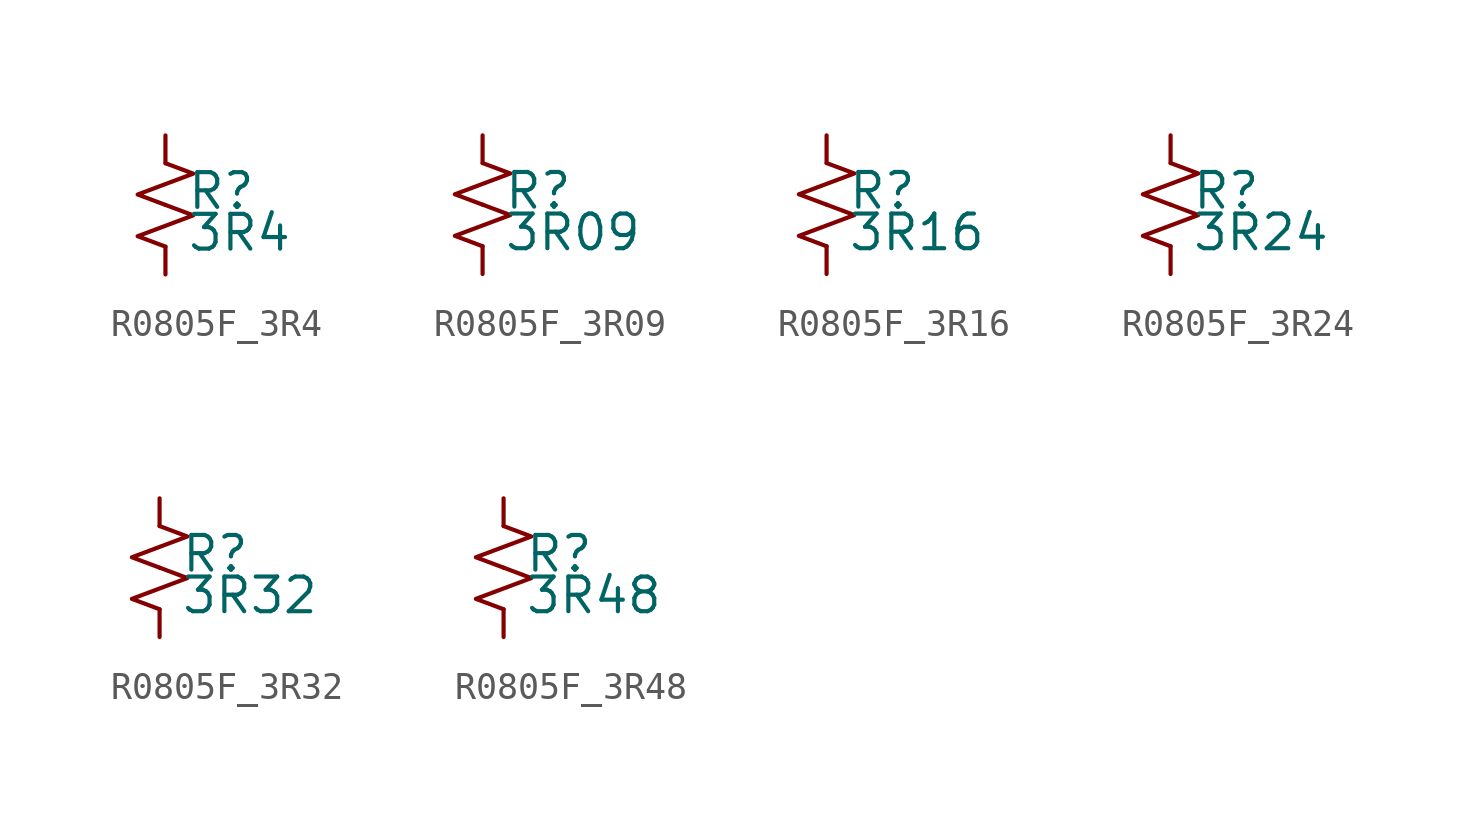
<source format=kicad_sym>
(kicad_symbol_lib
  (version 20220914)
  (generator kicad_symbol_editor)
  (symbol "R0805F_3R4"
    (pin_numbers hide)
    (pin_names
      (offset 0.254) hide)
    (property "Reference" "R"
      (at 0.762 0.508 0)
      (effects (font (size 1.27 1.27)) (justify left)))
    (property "Value" "3R4"
      (at 0.762 -1.016 0)
      (effects (font (size 1.27 1.27)) (justify left)))
    (symbol "R0805F_3R4_1_1"
      (polyline (pts (xy 0 0) (xy 1.016 -0.381) (xy 0 -0.762) (xy -1.016 -1.143) (xy 0 -1.524)) (stroke (width 0) (type default)) (fill (type none)))
      (polyline (pts (xy 0 1.524) (xy 1.016 1.143) (xy 0 0.762) (xy -1.016 0.381) (xy 0 0)) (stroke (width 0) (type default)) (fill (type none)))
      (pin passive line (at 0 2.54 270) (length 1.016) (name "~" (effects (font (size 1.27 1.27)))) (number "1" (effects (font (size 1.27 1.27)))))
      (pin passive line (at 0 -2.54 90) (length 1.016) (name "~" (effects (font (size 1.27 1.27)))) (number "2" (effects (font (size 1.27 1.27)))))))
  (symbol "R0805F_3R09"
    (pin_numbers hide)
    (pin_names
      (offset 0.254) hide)
    (property "Reference" "R"
      (at 0.762 0.508 0)
      (effects (font (size 1.27 1.27)) (justify left)))
    (property "Value" "3R09"
      (at 0.762 -1.016 0)
      (effects (font (size 1.27 1.27)) (justify left)))
    (symbol "R0805F_3R09_1_1"
      (polyline (pts (xy 0 0) (xy 1.016 -0.381) (xy 0 -0.762) (xy -1.016 -1.143) (xy 0 -1.524)) (stroke (width 0) (type default)) (fill (type none)))
      (polyline (pts (xy 0 1.524) (xy 1.016 1.143) (xy 0 0.762) (xy -1.016 0.381) (xy 0 0)) (stroke (width 0) (type default)) (fill (type none)))
      (pin passive line (at 0 2.54 270) (length 1.016) (name "~" (effects (font (size 1.27 1.27)))) (number "1" (effects (font (size 1.27 1.27)))))
      (pin passive line (at 0 -2.54 90) (length 1.016) (name "~" (effects (font (size 1.27 1.27)))) (number "2" (effects (font (size 1.27 1.27)))))))
  (symbol "R0805F_3R16"
    (pin_numbers hide)
    (pin_names
      (offset 0.254) hide)
    (property "Reference" "R"
      (at 0.762 0.508 0)
      (effects (font (size 1.27 1.27)) (justify left)))
    (property "Value" "3R16"
      (at 0.762 -1.016 0)
      (effects (font (size 1.27 1.27)) (justify left)))
    (symbol "R0805F_3R16_1_1"
      (polyline (pts (xy 0 0) (xy 1.016 -0.381) (xy 0 -0.762) (xy -1.016 -1.143) (xy 0 -1.524)) (stroke (width 0) (type default)) (fill (type none)))
      (polyline (pts (xy 0 1.524) (xy 1.016 1.143) (xy 0 0.762) (xy -1.016 0.381) (xy 0 0)) (stroke (width 0) (type default)) (fill (type none)))
      (pin passive line (at 0 2.54 270) (length 1.016) (name "~" (effects (font (size 1.27 1.27)))) (number "1" (effects (font (size 1.27 1.27)))))
      (pin passive line (at 0 -2.54 90) (length 1.016) (name "~" (effects (font (size 1.27 1.27)))) (number "2" (effects (font (size 1.27 1.27)))))))
  (symbol "R0805F_3R24"
    (pin_numbers hide)
    (pin_names
      (offset 0.254) hide)
    (property "Reference" "R"
      (at 0.762 0.508 0)
      (effects (font (size 1.27 1.27)) (justify left)))
    (property "Value" "3R24"
      (at 0.762 -1.016 0)
      (effects (font (size 1.27 1.27)) (justify left)))
    (symbol "R0805F_3R24_1_1"
      (polyline (pts (xy 0 0) (xy 1.016 -0.381) (xy 0 -0.762) (xy -1.016 -1.143) (xy 0 -1.524)) (stroke (width 0) (type default)) (fill (type none)))
      (polyline (pts (xy 0 1.524) (xy 1.016 1.143) (xy 0 0.762) (xy -1.016 0.381) (xy 0 0)) (stroke (width 0) (type default)) (fill (type none)))
      (pin passive line (at 0 2.54 270) (length 1.016) (name "~" (effects (font (size 1.27 1.27)))) (number "1" (effects (font (size 1.27 1.27)))))
      (pin passive line (at 0 -2.54 90) (length 1.016) (name "~" (effects (font (size 1.27 1.27)))) (number "2" (effects (font (size 1.27 1.27)))))))
  (symbol "R0805F_3R32"
    (pin_numbers hide)
    (pin_names
      (offset 0.254) hide)
    (property "Reference" "R"
      (at 0.762 0.508 0)
      (effects (font (size 1.27 1.27)) (justify left)))
    (property "Value" "3R32"
      (at 0.762 -1.016 0)
      (effects (font (size 1.27 1.27)) (justify left)))
    (symbol "R0805F_3R32_1_1"
      (polyline (pts (xy 0 0) (xy 1.016 -0.381) (xy 0 -0.762) (xy -1.016 -1.143) (xy 0 -1.524)) (stroke (width 0) (type default)) (fill (type none)))
      (polyline (pts (xy 0 1.524) (xy 1.016 1.143) (xy 0 0.762) (xy -1.016 0.381) (xy 0 0)) (stroke (width 0) (type default)) (fill (type none)))
      (pin passive line (at 0 2.54 270) (length 1.016) (name "~" (effects (font (size 1.27 1.27)))) (number "1" (effects (font (size 1.27 1.27)))))
      (pin passive line (at 0 -2.54 90) (length 1.016) (name "~" (effects (font (size 1.27 1.27)))) (number "2" (effects (font (size 1.27 1.27)))))))
  (symbol "R0805F_3R48"
    (pin_numbers hide)
    (pin_names
      (offset 0.254) hide)
    (property "Reference" "R"
      (at 0.762 0.508 0)
      (effects (font (size 1.27 1.27)) (justify left)))
    (property "Value" "3R48"
      (at 0.762 -1.016 0)
      (effects (font (size 1.27 1.27)) (justify left)))
    (symbol "R0805F_3R48_1_1"
      (polyline (pts (xy 0 0) (xy 1.016 -0.381) (xy 0 -0.762) (xy -1.016 -1.143) (xy 0 -1.524)) (stroke (width 0) (type default)) (fill (type none)))
      (polyline (pts (xy 0 1.524) (xy 1.016 1.143) (xy 0 0.762) (xy -1.016 0.381) (xy 0 0)) (stroke (width 0) (type default)) (fill (type none)))
      (pin passive line (at 0 2.54 270) (length 1.016) (name "~" (effects (font (size 1.27 1.27)))) (number "1" (effects (font (size 1.27 1.27)))))
      (pin passive line (at 0 -2.54 90) (length 1.016) (name "~" (effects (font (size 1.27 1.27)))) (number "2" (effects (font (size 1.27 1.27))))))))
</source>
